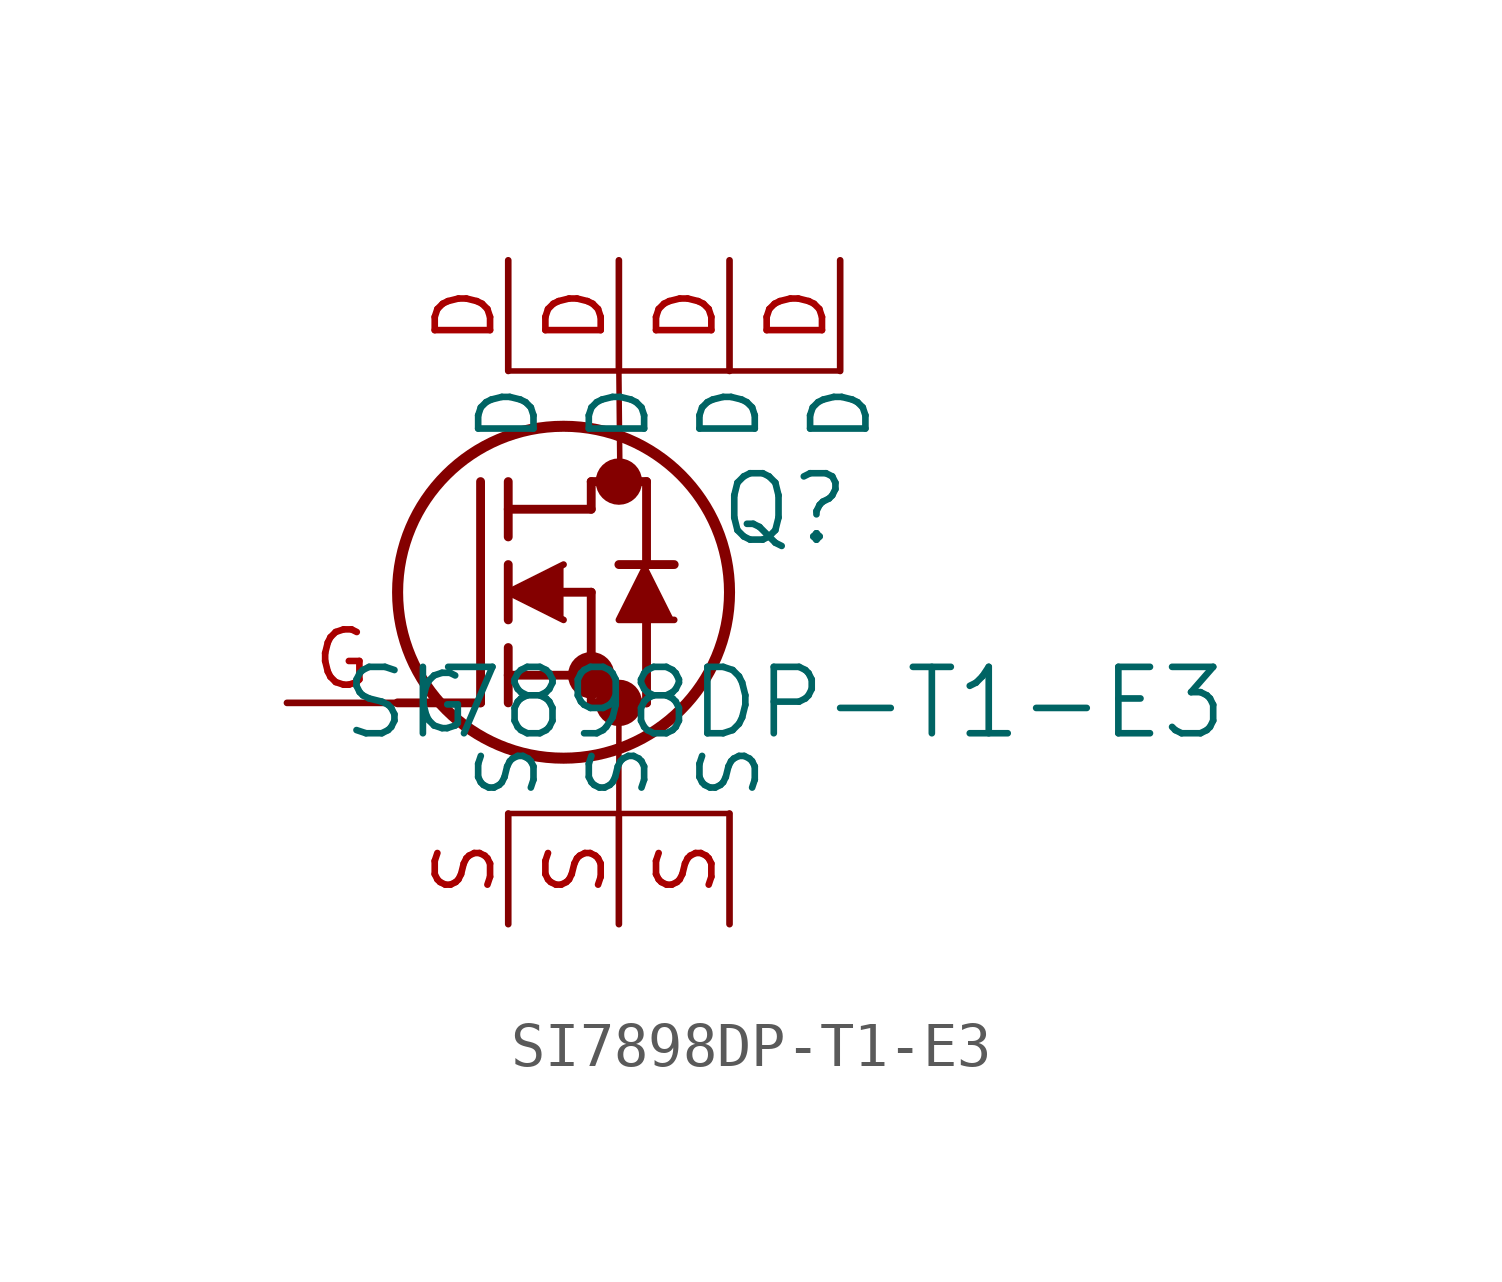
<source format=kicad_sym>
(kicad_symbol_lib
  (version 20231120)
  (generator "kicad_symbol_editor")
  (generator_version "8.0")
  (symbol "SI7898DP-T1-E3"
    (pin_names
      (offset 0.254))
    (property "Reference" "Q"
      (at 11.43 4.445 0)
      (effects (font (size 1.524 1.524))))
    (property "Value" "SI7898DP-T1-E3"
      (at 11.43 0 0)
      (effects (font (size 1.524 1.524))))
    (property "ki_locked" ""
      (at 0 0 0)
      (effects (font (size 1.27 1.27))))
    (symbol "SI7898DP-T1-E3_0_1"
      (polyline (pts (xy 2.54 0) (xy 4.445 0)) (stroke (width 0.203) (type default)) (fill (type none)))
      (polyline (pts (xy 4.445 0) (xy 4.445 5.08)) (stroke (width 0.203) (type default)) (fill (type none)))
      (polyline (pts (xy 5.08 -2.54) (xy 10.16 -2.54)) (stroke (width 0.127) (type default)) (fill (type none)))
      (polyline (pts (xy 5.08 0) (xy 5.08 1.27)) (stroke (width 0.203) (type default)) (fill (type none)))
      (polyline (pts (xy 5.08 0.635) (xy 6.985 0.635)) (stroke (width 0.203) (type default)) (fill (type none)))
      (polyline (pts (xy 5.08 1.905) (xy 5.08 3.175)) (stroke (width 0.203) (type default)) (fill (type none)))
      (polyline (pts (xy 5.08 3.81) (xy 5.08 5.08)) (stroke (width 0.203) (type default)) (fill (type none)))
      (polyline (pts (xy 5.08 4.445) (xy 6.985 4.445)) (stroke (width 0.203) (type default)) (fill (type none)))
      (polyline (pts (xy 5.08 7.62) (xy 12.7 7.62)) (stroke (width 0.127) (type default)) (fill (type none)))
      (polyline (pts (xy 6.35 2.54) (xy 6.985 2.54)) (stroke (width 0.203) (type default)) (fill (type none)))
      (polyline (pts (xy 6.985 0) (xy 6.985 2.54)) (stroke (width 0.203) (type default)) (fill (type none)))
      (polyline (pts (xy 6.985 0) (xy 8.255 0)) (stroke (width 0.203) (type default)) (fill (type none)))
      (polyline (pts (xy 6.985 4.445) (xy 6.985 5.08)) (stroke (width 0.203) (type default)) (fill (type none)))
      (polyline (pts (xy 6.985 5.08) (xy 8.255 5.08)) (stroke (width 0.203) (type default)) (fill (type none)))
      (polyline (pts (xy 7.62 -2.54) (xy 7.62 0)) (stroke (width 0.127) (type default)) (fill (type none)))
      (polyline (pts (xy 7.62 7.62) (xy 7.645 5.08)) (stroke (width 0.127) (type default)) (fill (type none)))
      (polyline (pts (xy 8.255 0) (xy 8.255 1.905)) (stroke (width 0.203) (type default)) (fill (type none)))
      (polyline (pts (xy 8.255 3.175) (xy 8.255 5.08)) (stroke (width 0.203) (type default)) (fill (type none)))
      (polyline (pts (xy 8.89 3.175) (xy 7.62 3.175)) (stroke (width 0.203) (type default)) (fill (type none)))
      (polyline (pts (xy 6.35 3.175) (xy 5.08 2.54) (xy 6.35 1.905)) (stroke (width 0) (type default)) (fill (type outline)))
      (polyline (pts (xy 8.89 1.905) (xy 7.62 1.905) (xy 8.255 3.175)) (stroke (width 0) (type default)) (fill (type outline)))
      (circle (center 6.35 2.54) (radius 3.81) (stroke (width 0.254) (type default)) (fill (type none)))
      (circle (center 6.985 0.635) (radius 0.025) (stroke (width 0.508) (type default)) (fill (type none)))
      (circle (center 7.62 0) (radius 0.025) (stroke (width 0.508) (type default)) (fill (type none)))
      (circle (center 7.62 5.08) (radius 0.025) (stroke (width 0.508) (type default)) (fill (type none)))
      (pin unspecified line (at 5.08 10.16 270) (length 2.54) (name "D" (effects (font (size 1.27 1.27)))) (number "D" (effects (font (size 1.27 1.27)))))
      (pin unspecified line (at 7.62 10.16 270) (length 2.54) (name "D" (effects (font (size 1.27 1.27)))) (number "D" (effects (font (size 1.27 1.27)))))
      (pin unspecified line (at 10.16 10.16 270) (length 2.54) (name "D" (effects (font (size 1.27 1.27)))) (number "D" (effects (font (size 1.27 1.27)))))
      (pin unspecified line (at 12.7 10.16 270) (length 2.54) (name "D" (effects (font (size 1.27 1.27)))) (number "D" (effects (font (size 1.27 1.27)))))
      (pin unspecified line (at 0 0 0) (length 2.54) (name "G" (effects (font (size 1.27 1.27)))) (number "G" (effects (font (size 1.27 1.27)))))
      (pin unspecified line (at 5.08 -5.08 90) (length 2.54) (name "S" (effects (font (size 1.27 1.27)))) (number "S" (effects (font (size 1.27 1.27)))))
      (pin unspecified line (at 7.62 -5.08 90) (length 2.54) (name "S" (effects (font (size 1.27 1.27)))) (number "S" (effects (font (size 1.27 1.27)))))
      (pin unspecified line (at 10.16 -5.08 90) (length 2.54) (name "S" (effects (font (size 1.27 1.27)))) (number "S" (effects (font (size 1.27 1.27))))))))
</source>
